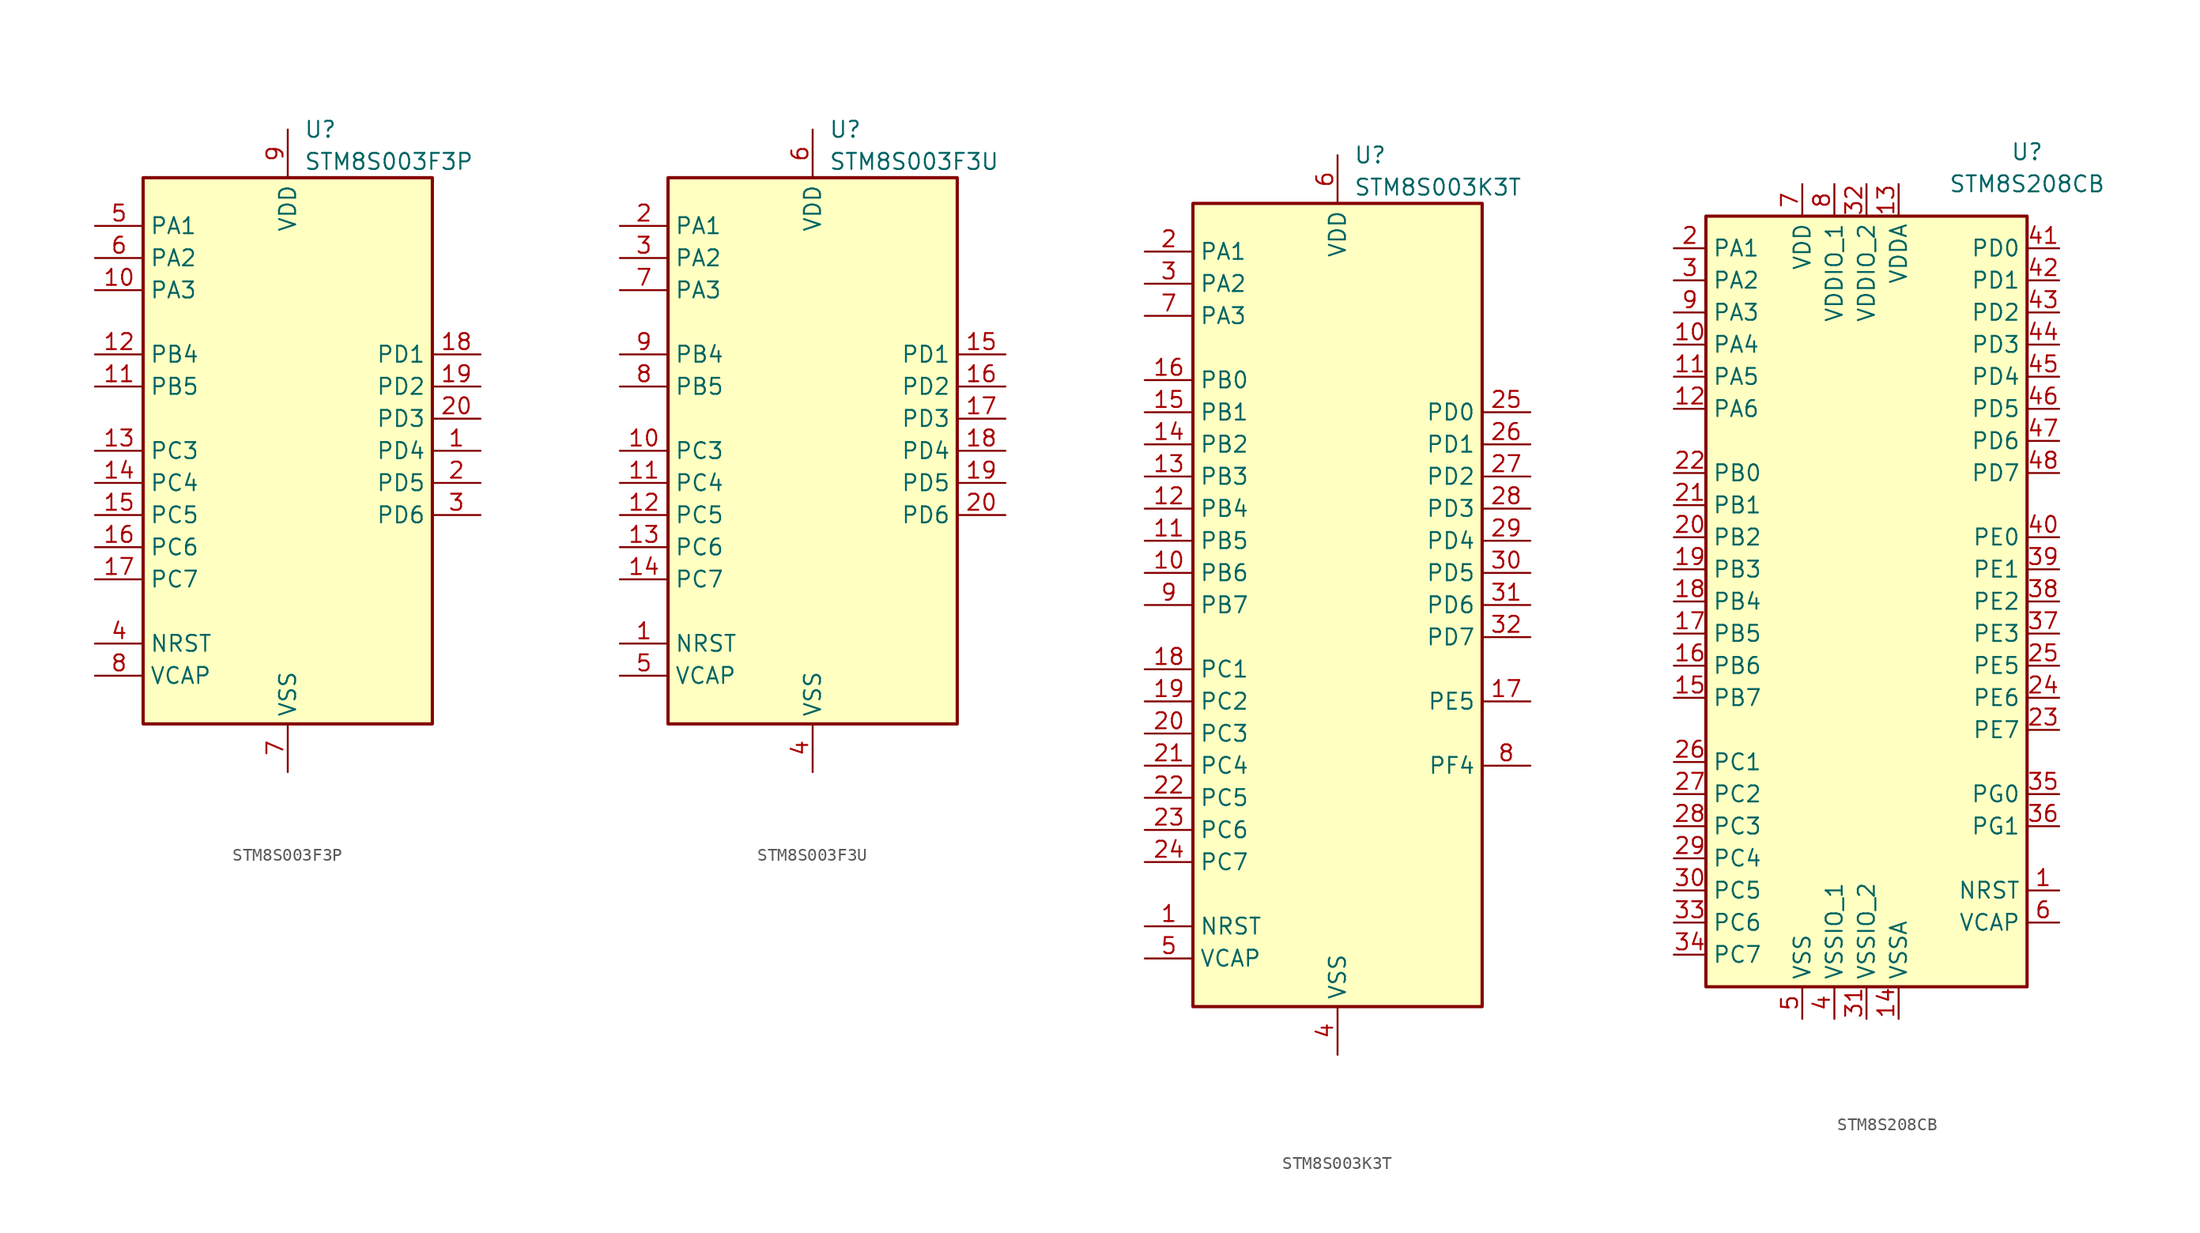
<source format=kicad_sym>
(kicad_symbol_lib
  (version 20201005)
  (generator kicad_symbol_editor)
  (symbol "STM8S003F3P"
    (property "Reference" "U"
      (at 1.27 25.4 0)
      (effects (font (size 1.27 1.27)) (justify left)))
    (property "Value" "STM8S003F3P"
      (at 1.27 22.86 0)
      (effects (font (size 1.27 1.27)) (justify left)))
    (symbol "STM8S003F3P_0_1"
      (rectangle (start -11.43 21.59) (end 11.43 -21.59) (stroke (width 0.254)) (fill (type background))))
    (symbol "STM8S003F3P_1_1"
      (pin bidirectional line (at 15.24 0 180) (length 3.81) (name "PD4" (effects (font (size 1.27 1.27)))) (number "1" (effects (font (size 1.27 1.27)))))
      (pin bidirectional line (at -15.24 12.7 0) (length 3.81) (name "PA3" (effects (font (size 1.27 1.27)))) (number "10" (effects (font (size 1.27 1.27)))))
      (pin bidirectional line (at -15.24 5.08 0) (length 3.81) (name "PB5" (effects (font (size 1.27 1.27)))) (number "11" (effects (font (size 1.27 1.27)))))
      (pin bidirectional line (at -15.24 7.62 0) (length 3.81) (name "PB4" (effects (font (size 1.27 1.27)))) (number "12" (effects (font (size 1.27 1.27)))))
      (pin bidirectional line (at -15.24 0 0) (length 3.81) (name "PC3" (effects (font (size 1.27 1.27)))) (number "13" (effects (font (size 1.27 1.27)))))
      (pin bidirectional line (at -15.24 -2.54 0) (length 3.81) (name "PC4" (effects (font (size 1.27 1.27)))) (number "14" (effects (font (size 1.27 1.27)))))
      (pin bidirectional line (at -15.24 -5.08 0) (length 3.81) (name "PC5" (effects (font (size 1.27 1.27)))) (number "15" (effects (font (size 1.27 1.27)))))
      (pin bidirectional line (at -15.24 -7.62 0) (length 3.81) (name "PC6" (effects (font (size 1.27 1.27)))) (number "16" (effects (font (size 1.27 1.27)))))
      (pin bidirectional line (at -15.24 -10.16 0) (length 3.81) (name "PC7" (effects (font (size 1.27 1.27)))) (number "17" (effects (font (size 1.27 1.27)))))
      (pin bidirectional line (at 15.24 7.62 180) (length 3.81) (name "PD1" (effects (font (size 1.27 1.27)))) (number "18" (effects (font (size 1.27 1.27)))))
      (pin bidirectional line (at 15.24 5.08 180) (length 3.81) (name "PD2" (effects (font (size 1.27 1.27)))) (number "19" (effects (font (size 1.27 1.27)))))
      (pin bidirectional line (at 15.24 -2.54 180) (length 3.81) (name "PD5" (effects (font (size 1.27 1.27)))) (number "2" (effects (font (size 1.27 1.27)))))
      (pin bidirectional line (at 15.24 2.54 180) (length 3.81) (name "PD3" (effects (font (size 1.27 1.27)))) (number "20" (effects (font (size 1.27 1.27)))))
      (pin bidirectional line (at 15.24 -5.08 180) (length 3.81) (name "PD6" (effects (font (size 1.27 1.27)))) (number "3" (effects (font (size 1.27 1.27)))))
      (pin input line (at -15.24 -15.24 0) (length 3.81) (name "NRST" (effects (font (size 1.27 1.27)))) (number "4" (effects (font (size 1.27 1.27)))))
      (pin bidirectional line (at -15.24 17.78 0) (length 3.81) (name "PA1" (effects (font (size 1.27 1.27)))) (number "5" (effects (font (size 1.27 1.27)))))
      (pin bidirectional line (at -15.24 15.24 0) (length 3.81) (name "PA2" (effects (font (size 1.27 1.27)))) (number "6" (effects (font (size 1.27 1.27)))))
      (pin power_in line (at 0 -25.4 90) (length 3.81) (name "VSS" (effects (font (size 1.27 1.27)))) (number "7" (effects (font (size 1.27 1.27)))))
      (pin passive line (at -15.24 -17.78 0) (length 3.81) (name "VCAP" (effects (font (size 1.27 1.27)))) (number "8" (effects (font (size 1.27 1.27)))))
      (pin power_in line (at 0 25.4 270) (length 3.81) (name "VDD" (effects (font (size 1.27 1.27)))) (number "9" (effects (font (size 1.27 1.27)))))))
  (symbol "STM8S003F3U"
    (property "Reference" "U"
      (at 1.27 25.4 0)
      (effects (font (size 1.27 1.27)) (justify left)))
    (property "Value" "STM8S003F3U"
      (at 1.27 22.86 0)
      (effects (font (size 1.27 1.27)) (justify left)))
    (symbol "STM8S003F3U_0_1"
      (rectangle (start -11.43 21.59) (end 11.43 -21.59) (stroke (width 0.254)) (fill (type background))))
    (symbol "STM8S003F3U_1_1"
      (pin input line (at -15.24 -15.24 0) (length 3.81) (name "NRST" (effects (font (size 1.27 1.27)))) (number "1" (effects (font (size 1.27 1.27)))))
      (pin bidirectional line (at -15.24 0 0) (length 3.81) (name "PC3" (effects (font (size 1.27 1.27)))) (number "10" (effects (font (size 1.27 1.27)))))
      (pin bidirectional line (at -15.24 -2.54 0) (length 3.81) (name "PC4" (effects (font (size 1.27 1.27)))) (number "11" (effects (font (size 1.27 1.27)))))
      (pin bidirectional line (at -15.24 -5.08 0) (length 3.81) (name "PC5" (effects (font (size 1.27 1.27)))) (number "12" (effects (font (size 1.27 1.27)))))
      (pin bidirectional line (at -15.24 -7.62 0) (length 3.81) (name "PC6" (effects (font (size 1.27 1.27)))) (number "13" (effects (font (size 1.27 1.27)))))
      (pin bidirectional line (at -15.24 -10.16 0) (length 3.81) (name "PC7" (effects (font (size 1.27 1.27)))) (number "14" (effects (font (size 1.27 1.27)))))
      (pin bidirectional line (at 15.24 7.62 180) (length 3.81) (name "PD1" (effects (font (size 1.27 1.27)))) (number "15" (effects (font (size 1.27 1.27)))))
      (pin bidirectional line (at 15.24 5.08 180) (length 3.81) (name "PD2" (effects (font (size 1.27 1.27)))) (number "16" (effects (font (size 1.27 1.27)))))
      (pin bidirectional line (at 15.24 2.54 180) (length 3.81) (name "PD3" (effects (font (size 1.27 1.27)))) (number "17" (effects (font (size 1.27 1.27)))))
      (pin bidirectional line (at 15.24 0 180) (length 3.81) (name "PD4" (effects (font (size 1.27 1.27)))) (number "18" (effects (font (size 1.27 1.27)))))
      (pin bidirectional line (at 15.24 -2.54 180) (length 3.81) (name "PD5" (effects (font (size 1.27 1.27)))) (number "19" (effects (font (size 1.27 1.27)))))
      (pin bidirectional line (at -15.24 17.78 0) (length 3.81) (name "PA1" (effects (font (size 1.27 1.27)))) (number "2" (effects (font (size 1.27 1.27)))))
      (pin bidirectional line (at 15.24 -5.08 180) (length 3.81) (name "PD6" (effects (font (size 1.27 1.27)))) (number "20" (effects (font (size 1.27 1.27)))))
      (pin bidirectional line (at -15.24 15.24 0) (length 3.81) (name "PA2" (effects (font (size 1.27 1.27)))) (number "3" (effects (font (size 1.27 1.27)))))
      (pin power_in line (at 0 -25.4 90) (length 3.81) (name "VSS" (effects (font (size 1.27 1.27)))) (number "4" (effects (font (size 1.27 1.27)))))
      (pin passive line (at -15.24 -17.78 0) (length 3.81) (name "VCAP" (effects (font (size 1.27 1.27)))) (number "5" (effects (font (size 1.27 1.27)))))
      (pin power_in line (at 0 25.4 270) (length 3.81) (name "VDD" (effects (font (size 1.27 1.27)))) (number "6" (effects (font (size 1.27 1.27)))))
      (pin bidirectional line (at -15.24 12.7 0) (length 3.81) (name "PA3" (effects (font (size 1.27 1.27)))) (number "7" (effects (font (size 1.27 1.27)))))
      (pin bidirectional line (at -15.24 5.08 0) (length 3.81) (name "PB5" (effects (font (size 1.27 1.27)))) (number "8" (effects (font (size 1.27 1.27)))))
      (pin bidirectional line (at -15.24 7.62 0) (length 3.81) (name "PB4" (effects (font (size 1.27 1.27)))) (number "9" (effects (font (size 1.27 1.27)))))))
  (symbol "STM8S003K3T"
    (property "Reference" "U"
      (at 1.27 35.56 0)
      (effects (font (size 1.27 1.27)) (justify left)))
    (property "Value" "STM8S003K3T"
      (at 1.27 33.02 0)
      (effects (font (size 1.27 1.27)) (justify left)))
    (symbol "STM8S003K3T_0_1"
      (rectangle (start -11.43 31.75) (end 11.43 -31.75) (stroke (width 0.254)) (fill (type background))))
    (symbol "STM8S003K3T_1_1"
      (pin input line (at -15.24 -25.4 0) (length 3.81) (name "NRST" (effects (font (size 1.27 1.27)))) (number "1" (effects (font (size 1.27 1.27)))))
      (pin bidirectional line (at -15.24 2.54 0) (length 3.81) (name "PB6" (effects (font (size 1.27 1.27)))) (number "10" (effects (font (size 1.27 1.27)))))
      (pin bidirectional line (at -15.24 5.08 0) (length 3.81) (name "PB5" (effects (font (size 1.27 1.27)))) (number "11" (effects (font (size 1.27 1.27)))))
      (pin bidirectional line (at -15.24 7.62 0) (length 3.81) (name "PB4" (effects (font (size 1.27 1.27)))) (number "12" (effects (font (size 1.27 1.27)))))
      (pin bidirectional line (at -15.24 10.16 0) (length 3.81) (name "PB3" (effects (font (size 1.27 1.27)))) (number "13" (effects (font (size 1.27 1.27)))))
      (pin bidirectional line (at -15.24 12.7 0) (length 3.81) (name "PB2" (effects (font (size 1.27 1.27)))) (number "14" (effects (font (size 1.27 1.27)))))
      (pin bidirectional line (at -15.24 15.24 0) (length 3.81) (name "PB1" (effects (font (size 1.27 1.27)))) (number "15" (effects (font (size 1.27 1.27)))))
      (pin bidirectional line (at -15.24 17.78 0) (length 3.81) (name "PB0" (effects (font (size 1.27 1.27)))) (number "16" (effects (font (size 1.27 1.27)))))
      (pin bidirectional line (at 15.24 -7.62 180) (length 3.81) (name "PE5" (effects (font (size 1.27 1.27)))) (number "17" (effects (font (size 1.27 1.27)))))
      (pin bidirectional line (at -15.24 -5.08 0) (length 3.81) (name "PC1" (effects (font (size 1.27 1.27)))) (number "18" (effects (font (size 1.27 1.27)))))
      (pin bidirectional line (at -15.24 -7.62 0) (length 3.81) (name "PC2" (effects (font (size 1.27 1.27)))) (number "19" (effects (font (size 1.27 1.27)))))
      (pin bidirectional line (at -15.24 27.94 0) (length 3.81) (name "PA1" (effects (font (size 1.27 1.27)))) (number "2" (effects (font (size 1.27 1.27)))))
      (pin bidirectional line (at -15.24 -10.16 0) (length 3.81) (name "PC3" (effects (font (size 1.27 1.27)))) (number "20" (effects (font (size 1.27 1.27)))))
      (pin bidirectional line (at -15.24 -12.7 0) (length 3.81) (name "PC4" (effects (font (size 1.27 1.27)))) (number "21" (effects (font (size 1.27 1.27)))))
      (pin bidirectional line (at -15.24 -15.24 0) (length 3.81) (name "PC5" (effects (font (size 1.27 1.27)))) (number "22" (effects (font (size 1.27 1.27)))))
      (pin bidirectional line (at -15.24 -17.78 0) (length 3.81) (name "PC6" (effects (font (size 1.27 1.27)))) (number "23" (effects (font (size 1.27 1.27)))))
      (pin bidirectional line (at -15.24 -20.32 0) (length 3.81) (name "PC7" (effects (font (size 1.27 1.27)))) (number "24" (effects (font (size 1.27 1.27)))))
      (pin bidirectional line (at 15.24 15.24 180) (length 3.81) (name "PD0" (effects (font (size 1.27 1.27)))) (number "25" (effects (font (size 1.27 1.27)))))
      (pin bidirectional line (at 15.24 12.7 180) (length 3.81) (name "PD1" (effects (font (size 1.27 1.27)))) (number "26" (effects (font (size 1.27 1.27)))))
      (pin bidirectional line (at 15.24 10.16 180) (length 3.81) (name "PD2" (effects (font (size 1.27 1.27)))) (number "27" (effects (font (size 1.27 1.27)))))
      (pin bidirectional line (at 15.24 7.62 180) (length 3.81) (name "PD3" (effects (font (size 1.27 1.27)))) (number "28" (effects (font (size 1.27 1.27)))))
      (pin bidirectional line (at 15.24 5.08 180) (length 3.81) (name "PD4" (effects (font (size 1.27 1.27)))) (number "29" (effects (font (size 1.27 1.27)))))
      (pin bidirectional line (at -15.24 25.4 0) (length 3.81) (name "PA2" (effects (font (size 1.27 1.27)))) (number "3" (effects (font (size 1.27 1.27)))))
      (pin bidirectional line (at 15.24 2.54 180) (length 3.81) (name "PD5" (effects (font (size 1.27 1.27)))) (number "30" (effects (font (size 1.27 1.27)))))
      (pin bidirectional line (at 15.24 0 180) (length 3.81) (name "PD6" (effects (font (size 1.27 1.27)))) (number "31" (effects (font (size 1.27 1.27)))))
      (pin bidirectional line (at 15.24 -2.54 180) (length 3.81) (name "PD7" (effects (font (size 1.27 1.27)))) (number "32" (effects (font (size 1.27 1.27)))))
      (pin power_in line (at 0 -35.56 90) (length 3.81) (name "VSS" (effects (font (size 1.27 1.27)))) (number "4" (effects (font (size 1.27 1.27)))))
      (pin input line (at -15.24 -27.94 0) (length 3.81) (name "VCAP" (effects (font (size 1.27 1.27)))) (number "5" (effects (font (size 1.27 1.27)))))
      (pin power_in line (at 0 35.56 270) (length 3.81) (name "VDD" (effects (font (size 1.27 1.27)))) (number "6" (effects (font (size 1.27 1.27)))))
      (pin bidirectional line (at -15.24 22.86 0) (length 3.81) (name "PA3" (effects (font (size 1.27 1.27)))) (number "7" (effects (font (size 1.27 1.27)))))
      (pin bidirectional line (at 15.24 -12.7 180) (length 3.81) (name "PF4" (effects (font (size 1.27 1.27)))) (number "8" (effects (font (size 1.27 1.27)))))
      (pin bidirectional line (at -15.24 0 0) (length 3.81) (name "PB7" (effects (font (size 1.27 1.27)))) (number "9" (effects (font (size 1.27 1.27)))))))
  (symbol "STM8S208CB"
    (property "Reference" "U"
      (at 12.7 35.56 0)
      (effects (font (size 1.27 1.27))))
    (property "Value" "STM8S208CB"
      (at 12.7 33.02 0)
      (effects (font (size 1.27 1.27))))
    (symbol "STM8S208CB_0_1"
      (rectangle (start -12.7 -30.48) (end 12.7 30.48) (stroke (width 0.254)) (fill (type background))))
    (symbol "STM8S208CB_1_1"
      (pin input line (at 15.24 -22.86 180) (length 2.54) (name "NRST" (effects (font (size 1.27 1.27)))) (number "1" (effects (font (size 1.27 1.27)))))
      (pin bidirectional line (at -15.24 20.32 0) (length 2.54) (name "PA4" (effects (font (size 1.27 1.27)))) (number "10" (effects (font (size 1.27 1.27)))))
      (pin bidirectional line (at -15.24 17.78 0) (length 2.54) (name "PA5" (effects (font (size 1.27 1.27)))) (number "11" (effects (font (size 1.27 1.27)))))
      (pin bidirectional line (at -15.24 15.24 0) (length 2.54) (name "PA6" (effects (font (size 1.27 1.27)))) (number "12" (effects (font (size 1.27 1.27)))))
      (pin power_in line (at 2.54 33.02 270) (length 2.54) (name "VDDA" (effects (font (size 1.27 1.27)))) (number "13" (effects (font (size 1.27 1.27)))))
      (pin power_in line (at 2.54 -33.02 90) (length 2.54) (name "VSSA" (effects (font (size 1.27 1.27)))) (number "14" (effects (font (size 1.27 1.27)))))
      (pin bidirectional line (at -15.24 -7.62 0) (length 2.54) (name "PB7" (effects (font (size 1.27 1.27)))) (number "15" (effects (font (size 1.27 1.27)))))
      (pin bidirectional line (at -15.24 -5.08 0) (length 2.54) (name "PB6" (effects (font (size 1.27 1.27)))) (number "16" (effects (font (size 1.27 1.27)))))
      (pin bidirectional line (at -15.24 -2.54 0) (length 2.54) (name "PB5" (effects (font (size 1.27 1.27)))) (number "17" (effects (font (size 1.27 1.27)))))
      (pin bidirectional line (at -15.24 0 0) (length 2.54) (name "PB4" (effects (font (size 1.27 1.27)))) (number "18" (effects (font (size 1.27 1.27)))))
      (pin bidirectional line (at -15.24 2.54 0) (length 2.54) (name "PB3" (effects (font (size 1.27 1.27)))) (number "19" (effects (font (size 1.27 1.27)))))
      (pin bidirectional line (at -15.24 27.94 0) (length 2.54) (name "PA1" (effects (font (size 1.27 1.27)))) (number "2" (effects (font (size 1.27 1.27)))))
      (pin bidirectional line (at -15.24 5.08 0) (length 2.54) (name "PB2" (effects (font (size 1.27 1.27)))) (number "20" (effects (font (size 1.27 1.27)))))
      (pin bidirectional line (at -15.24 7.62 0) (length 2.54) (name "PB1" (effects (font (size 1.27 1.27)))) (number "21" (effects (font (size 1.27 1.27)))))
      (pin bidirectional line (at -15.24 10.16 0) (length 2.54) (name "PB0" (effects (font (size 1.27 1.27)))) (number "22" (effects (font (size 1.27 1.27)))))
      (pin bidirectional line (at 15.24 -10.16 180) (length 2.54) (name "PE7" (effects (font (size 1.27 1.27)))) (number "23" (effects (font (size 1.27 1.27)))))
      (pin bidirectional line (at 15.24 -7.62 180) (length 2.54) (name "PE6" (effects (font (size 1.27 1.27)))) (number "24" (effects (font (size 1.27 1.27)))))
      (pin bidirectional line (at 15.24 -5.08 180) (length 2.54) (name "PE5" (effects (font (size 1.27 1.27)))) (number "25" (effects (font (size 1.27 1.27)))))
      (pin bidirectional line (at -15.24 -12.7 0) (length 2.54) (name "PC1" (effects (font (size 1.27 1.27)))) (number "26" (effects (font (size 1.27 1.27)))))
      (pin bidirectional line (at -15.24 -15.24 0) (length 2.54) (name "PC2" (effects (font (size 1.27 1.27)))) (number "27" (effects (font (size 1.27 1.27)))))
      (pin bidirectional line (at -15.24 -17.78 0) (length 2.54) (name "PC3" (effects (font (size 1.27 1.27)))) (number "28" (effects (font (size 1.27 1.27)))))
      (pin bidirectional line (at -15.24 -20.32 0) (length 2.54) (name "PC4" (effects (font (size 1.27 1.27)))) (number "29" (effects (font (size 1.27 1.27)))))
      (pin bidirectional line (at -15.24 25.4 0) (length 2.54) (name "PA2" (effects (font (size 1.27 1.27)))) (number "3" (effects (font (size 1.27 1.27)))))
      (pin bidirectional line (at -15.24 -22.86 0) (length 2.54) (name "PC5" (effects (font (size 1.27 1.27)))) (number "30" (effects (font (size 1.27 1.27)))))
      (pin power_in line (at 0 -33.02 90) (length 2.54) (name "VSSIO_2" (effects (font (size 1.27 1.27)))) (number "31" (effects (font (size 1.27 1.27)))))
      (pin power_in line (at 0 33.02 270) (length 2.54) (name "VDDIO_2" (effects (font (size 1.27 1.27)))) (number "32" (effects (font (size 1.27 1.27)))))
      (pin bidirectional line (at -15.24 -25.4 0) (length 2.54) (name "PC6" (effects (font (size 1.27 1.27)))) (number "33" (effects (font (size 1.27 1.27)))))
      (pin bidirectional line (at -15.24 -27.94 0) (length 2.54) (name "PC7" (effects (font (size 1.27 1.27)))) (number "34" (effects (font (size 1.27 1.27)))))
      (pin bidirectional line (at 15.24 -15.24 180) (length 2.54) (name "PG0" (effects (font (size 1.27 1.27)))) (number "35" (effects (font (size 1.27 1.27)))))
      (pin bidirectional line (at 15.24 -17.78 180) (length 2.54) (name "PG1" (effects (font (size 1.27 1.27)))) (number "36" (effects (font (size 1.27 1.27)))))
      (pin bidirectional line (at 15.24 -2.54 180) (length 2.54) (name "PE3" (effects (font (size 1.27 1.27)))) (number "37" (effects (font (size 1.27 1.27)))))
      (pin bidirectional line (at 15.24 0 180) (length 2.54) (name "PE2" (effects (font (size 1.27 1.27)))) (number "38" (effects (font (size 1.27 1.27)))))
      (pin bidirectional line (at 15.24 2.54 180) (length 2.54) (name "PE1" (effects (font (size 1.27 1.27)))) (number "39" (effects (font (size 1.27 1.27)))))
      (pin power_in line (at -2.54 -33.02 90) (length 2.54) (name "VSSIO_1" (effects (font (size 1.27 1.27)))) (number "4" (effects (font (size 1.27 1.27)))))
      (pin bidirectional line (at 15.24 5.08 180) (length 2.54) (name "PE0" (effects (font (size 1.27 1.27)))) (number "40" (effects (font (size 1.27 1.27)))))
      (pin bidirectional line (at 15.24 27.94 180) (length 2.54) (name "PD0" (effects (font (size 1.27 1.27)))) (number "41" (effects (font (size 1.27 1.27)))))
      (pin bidirectional line (at 15.24 25.4 180) (length 2.54) (name "PD1" (effects (font (size 1.27 1.27)))) (number "42" (effects (font (size 1.27 1.27)))))
      (pin bidirectional line (at 15.24 22.86 180) (length 2.54) (name "PD2" (effects (font (size 1.27 1.27)))) (number "43" (effects (font (size 1.27 1.27)))))
      (pin bidirectional line (at 15.24 20.32 180) (length 2.54) (name "PD3" (effects (font (size 1.27 1.27)))) (number "44" (effects (font (size 1.27 1.27)))))
      (pin bidirectional line (at 15.24 17.78 180) (length 2.54) (name "PD4" (effects (font (size 1.27 1.27)))) (number "45" (effects (font (size 1.27 1.27)))))
      (pin bidirectional line (at 15.24 15.24 180) (length 2.54) (name "PD5" (effects (font (size 1.27 1.27)))) (number "46" (effects (font (size 1.27 1.27)))))
      (pin bidirectional line (at 15.24 12.7 180) (length 2.54) (name "PD6" (effects (font (size 1.27 1.27)))) (number "47" (effects (font (size 1.27 1.27)))))
      (pin bidirectional line (at 15.24 10.16 180) (length 2.54) (name "PD7" (effects (font (size 1.27 1.27)))) (number "48" (effects (font (size 1.27 1.27)))))
      (pin power_in line (at -5.08 -33.02 90) (length 2.54) (name "VSS" (effects (font (size 1.27 1.27)))) (number "5" (effects (font (size 1.27 1.27)))))
      (pin input line (at 15.24 -25.4 180) (length 2.54) (name "VCAP" (effects (font (size 1.27 1.27)))) (number "6" (effects (font (size 1.27 1.27)))))
      (pin power_in line (at -5.08 33.02 270) (length 2.54) (name "VDD" (effects (font (size 1.27 1.27)))) (number "7" (effects (font (size 1.27 1.27)))))
      (pin power_in line (at -2.54 33.02 270) (length 2.54) (name "VDDIO_1" (effects (font (size 1.27 1.27)))) (number "8" (effects (font (size 1.27 1.27)))))
      (pin bidirectional line (at -15.24 22.86 0) (length 2.54) (name "PA3" (effects (font (size 1.27 1.27)))) (number "9" (effects (font (size 1.27 1.27))))))))
</source>
